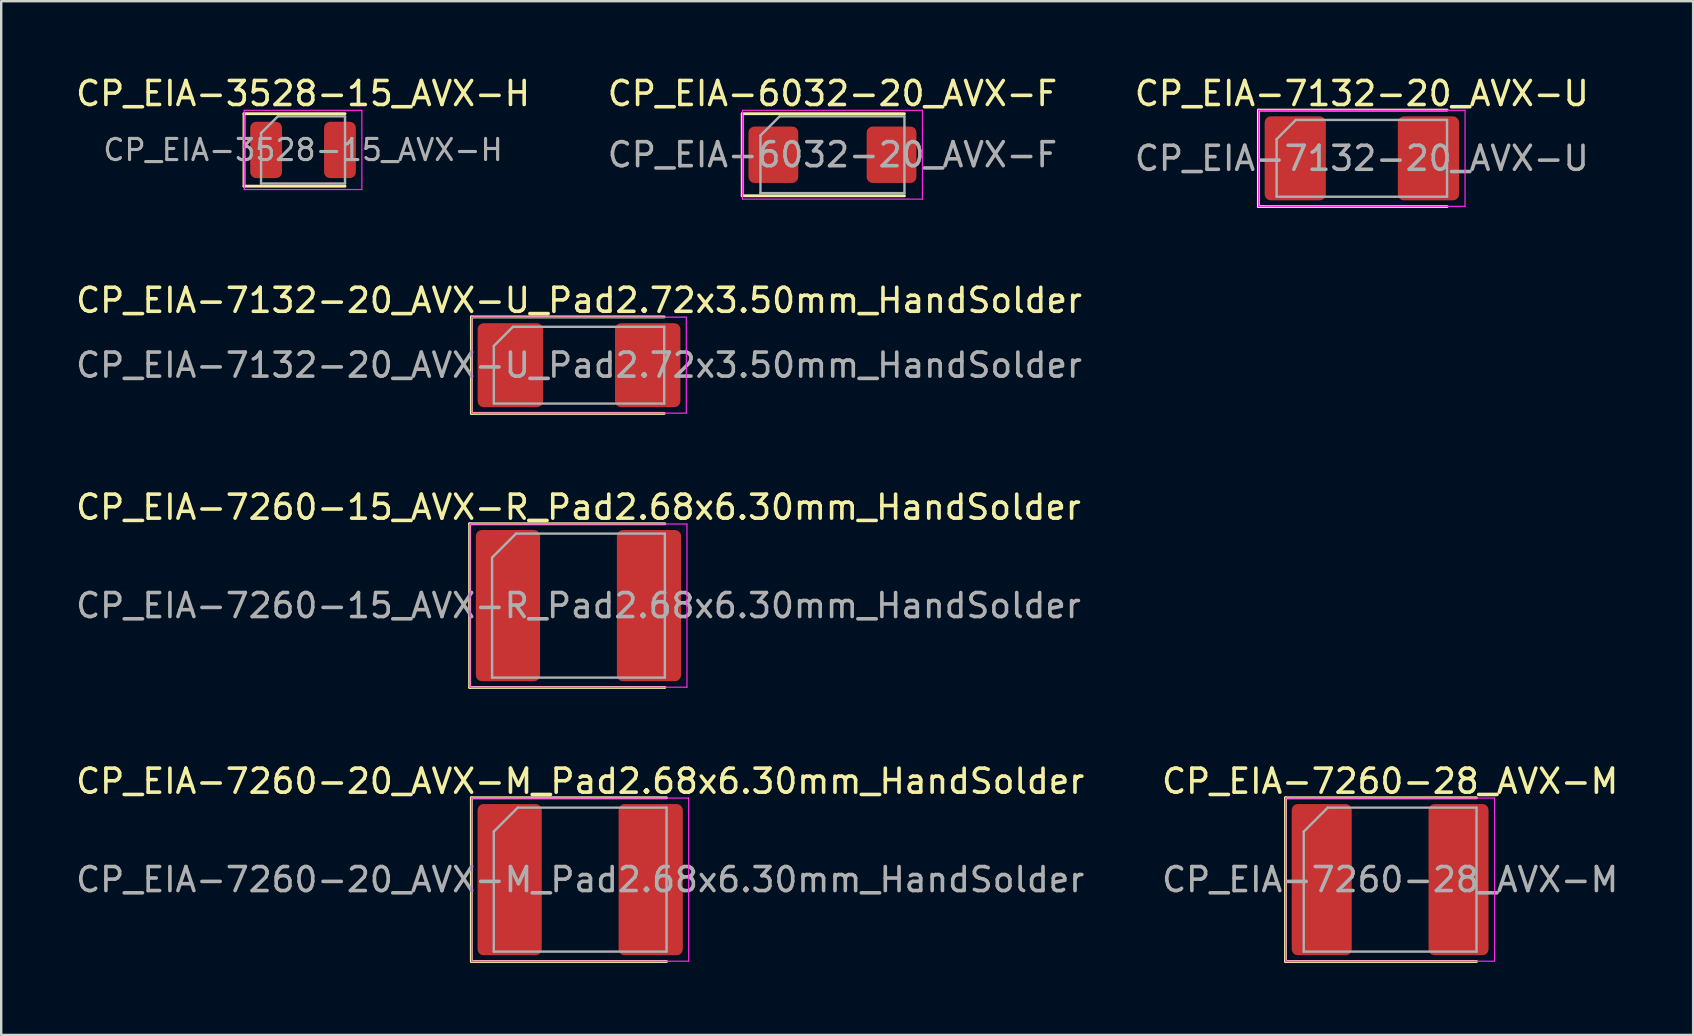
<source format=kicad_pcb>
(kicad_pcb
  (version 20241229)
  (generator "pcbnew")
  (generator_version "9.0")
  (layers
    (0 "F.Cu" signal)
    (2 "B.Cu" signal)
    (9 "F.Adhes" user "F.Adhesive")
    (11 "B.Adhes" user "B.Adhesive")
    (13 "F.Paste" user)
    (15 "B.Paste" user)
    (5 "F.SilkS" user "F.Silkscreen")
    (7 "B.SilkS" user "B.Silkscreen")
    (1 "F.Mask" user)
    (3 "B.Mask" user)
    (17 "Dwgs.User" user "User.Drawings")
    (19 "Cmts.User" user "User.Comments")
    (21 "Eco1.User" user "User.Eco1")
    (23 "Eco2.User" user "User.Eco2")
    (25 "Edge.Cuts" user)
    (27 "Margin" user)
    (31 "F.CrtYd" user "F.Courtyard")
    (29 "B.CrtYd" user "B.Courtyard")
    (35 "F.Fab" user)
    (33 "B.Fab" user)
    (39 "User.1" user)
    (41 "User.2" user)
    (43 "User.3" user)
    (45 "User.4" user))
  (footprint "CP_EIA-7132-20_AVX-U"
    (layer "F.Cu")
    (at 53.696 3.548)
    (property "Reference" "CP_EIA-7132-20_AVX-U" (at 0 -2.7 0) (layer "F.SilkS") (effects (font (size 1 1) (thickness 0.15))))
    (attr smd)
    (fp_line (start -4.31 -2.01) (end -4.31 2.01) (stroke (width 0.12) (type solid)) (layer "F.SilkS"))
    (fp_line (start -4.31 2.01) (end 3.55 2.01) (stroke (width 0.12) (type solid)) (layer "F.SilkS"))
    (fp_line (start 3.55 -2.01) (end -4.31 -2.01) (stroke (width 0.12) (type solid)) (layer "F.SilkS"))
    (fp_line (start -4.3 -2) (end 4.3 -2) (stroke (width 0.05) (type solid)) (layer "F.CrtYd"))
    (fp_line (start -4.3 2) (end -4.3 -2) (stroke (width 0.05) (type solid)) (layer "F.CrtYd"))
    (fp_line (start 4.3 -2) (end 4.3 2) (stroke (width 0.05) (type solid)) (layer "F.CrtYd"))
    (fp_line (start 4.3 2) (end -4.3 2) (stroke (width 0.05) (type solid)) (layer "F.CrtYd"))
    (fp_line (start -3.55 -0.8) (end -3.55 1.6) (stroke (width 0.1) (type solid)) (layer "F.Fab"))
    (fp_line (start -3.55 1.6) (end 3.55 1.6) (stroke (width 0.1) (type solid)) (layer "F.Fab"))
    (fp_line (start -2.75 -1.6) (end -3.55 -0.8) (stroke (width 0.1) (type solid)) (layer "F.Fab"))
    (fp_line (start 3.55 -1.6) (end -2.75 -1.6) (stroke (width 0.1) (type solid)) (layer "F.Fab"))
    (fp_line (start 3.55 1.6) (end 3.55 -1.6) (stroke (width 0.1) (type solid)) (layer "F.Fab"))
    (fp_text user "${REFERENCE}" (at 0 0 0) (layer "F.Fab") (effects (font (size 1 1) (thickness 0.15))))
    (pad "1" smd roundrect (at -2.775 0) (size 2.55 3.5) (layers "F.Cu" "F.Mask" "F.Paste") (roundrect_rratio 0.098))
    (pad "2" smd roundrect (at 2.775 0) (size 2.55 3.5) (layers "F.Cu" "F.Mask" "F.Paste") (roundrect_rratio 0.098)))
  (footprint "CP_EIA-7260-28_AVX-M"
    (layer "F.Cu")
    (at 54.875 33.603)
    (property "Reference" "CP_EIA-7260-28_AVX-M" (at 0 -4.1 0) (layer "F.SilkS") (effects (font (size 1 1) (thickness 0.15))))
    (attr smd)
    (fp_line (start -4.36 -3.41) (end -4.36 3.41) (stroke (width 0.12) (type solid)) (layer "F.SilkS"))
    (fp_line (start -4.36 3.41) (end 3.6 3.41) (stroke (width 0.12) (type solid)) (layer "F.SilkS"))
    (fp_line (start 3.6 -3.41) (end -4.36 -3.41) (stroke (width 0.12) (type solid)) (layer "F.SilkS"))
    (fp_line (start -4.35 -3.4) (end 4.35 -3.4) (stroke (width 0.05) (type solid)) (layer "F.CrtYd"))
    (fp_line (start -4.35 3.4) (end -4.35 -3.4) (stroke (width 0.05) (type solid)) (layer "F.CrtYd"))
    (fp_line (start 4.35 -3.4) (end 4.35 3.4) (stroke (width 0.05) (type solid)) (layer "F.CrtYd"))
    (fp_line (start 4.35 3.4) (end -4.35 3.4) (stroke (width 0.05) (type solid)) (layer "F.CrtYd"))
    (fp_line (start -3.6 -2) (end -3.6 3) (stroke (width 0.1) (type solid)) (layer "F.Fab"))
    (fp_line (start -3.6 3) (end 3.6 3) (stroke (width 0.1) (type solid)) (layer "F.Fab"))
    (fp_line (start -2.6 -3) (end -3.6 -2) (stroke (width 0.1) (type solid)) (layer "F.Fab"))
    (fp_line (start 3.6 -3) (end -2.6 -3) (stroke (width 0.1) (type solid)) (layer "F.Fab"))
    (fp_line (start 3.6 3) (end 3.6 -3) (stroke (width 0.1) (type solid)) (layer "F.Fab"))
    (fp_text user "${REFERENCE}" (at 0 0 0) (layer "F.Fab") (effects (font (size 1 1) (thickness 0.15))))
    (pad "1" smd roundrect (at -2.85 0) (size 2.5 6.3) (layers "F.Cu" "F.Mask" "F.Paste") (roundrect_rratio 0.1))
    (pad "2" smd roundrect (at 2.85 0) (size 2.5 6.3) (layers "F.Cu" "F.Mask" "F.Paste") (roundrect_rratio 0.1)))
  (footprint "CP_EIA-7260-15_AVX-R_Pad2.68x6.30mm_HandSolder"
    (layer "F.Cu")
    (at 21.054 22.185)
    (property "Reference" "CP_EIA-7260-15_AVX-R_Pad2.68x6.30mm_HandSolder" (at 0 -4.1 0) (layer "F.SilkS") (effects (font (size 1 1) (thickness 0.15))))
    (attr smd)
    (fp_line (start -4.535 -3.41) (end -4.535 3.41) (stroke (width 0.12) (type solid)) (layer "F.SilkS"))
    (fp_line (start -4.535 3.41) (end 3.6 3.41) (stroke (width 0.12) (type solid)) (layer "F.SilkS"))
    (fp_line (start 3.6 -3.41) (end -4.535 -3.41) (stroke (width 0.12) (type solid)) (layer "F.SilkS"))
    (fp_line (start -4.52 -3.4) (end 4.52 -3.4) (stroke (width 0.05) (type solid)) (layer "F.CrtYd"))
    (fp_line (start -4.52 3.4) (end -4.52 -3.4) (stroke (width 0.05) (type solid)) (layer "F.CrtYd"))
    (fp_line (start 4.52 -3.4) (end 4.52 3.4) (stroke (width 0.05) (type solid)) (layer "F.CrtYd"))
    (fp_line (start 4.52 3.4) (end -4.52 3.4) (stroke (width 0.05) (type solid)) (layer "F.CrtYd"))
    (fp_line (start -3.6 -2) (end -3.6 3) (stroke (width 0.1) (type solid)) (layer "F.Fab"))
    (fp_line (start -3.6 3) (end 3.6 3) (stroke (width 0.1) (type solid)) (layer "F.Fab"))
    (fp_line (start -2.6 -3) (end -3.6 -2) (stroke (width 0.1) (type solid)) (layer "F.Fab"))
    (fp_line (start 3.6 -3) (end -2.6 -3) (stroke (width 0.1) (type solid)) (layer "F.Fab"))
    (fp_line (start 3.6 3) (end 3.6 -3) (stroke (width 0.1) (type solid)) (layer "F.Fab"))
    (fp_text user "${REFERENCE}" (at 0 0 0) (layer "F.Fab") (effects (font (size 1 1) (thickness 0.15))))
    (pad "1" smd roundrect (at -2.938 0) (size 2.675 6.3) (layers "F.Cu" "F.Mask" "F.Paste") (roundrect_rratio 0.093))
    (pad "2" smd roundrect (at 2.938 0) (size 2.675 6.3) (layers "F.Cu" "F.Mask" "F.Paste") (roundrect_rratio 0.093)))
  (footprint "CP_EIA-7260-20_AVX-M_Pad2.68x6.30mm_HandSolder"
    (layer "F.Cu")
    (at 21.125 33.603)
    (property "Reference" "CP_EIA-7260-20_AVX-M_Pad2.68x6.30mm_HandSolder" (at 0 -4.1 0) (layer "F.SilkS") (effects (font (size 1 1) (thickness 0.15))))
    (attr smd)
    (fp_line (start -4.535 -3.41) (end -4.535 3.41) (stroke (width 0.12) (type solid)) (layer "F.SilkS"))
    (fp_line (start -4.535 3.41) (end 3.6 3.41) (stroke (width 0.12) (type solid)) (layer "F.SilkS"))
    (fp_line (start 3.6 -3.41) (end -4.535 -3.41) (stroke (width 0.12) (type solid)) (layer "F.SilkS"))
    (fp_line (start -4.52 -3.4) (end 4.52 -3.4) (stroke (width 0.05) (type solid)) (layer "F.CrtYd"))
    (fp_line (start -4.52 3.4) (end -4.52 -3.4) (stroke (width 0.05) (type solid)) (layer "F.CrtYd"))
    (fp_line (start 4.52 -3.4) (end 4.52 3.4) (stroke (width 0.05) (type solid)) (layer "F.CrtYd"))
    (fp_line (start 4.52 3.4) (end -4.52 3.4) (stroke (width 0.05) (type solid)) (layer "F.CrtYd"))
    (fp_line (start -3.6 -2) (end -3.6 3) (stroke (width 0.1) (type solid)) (layer "F.Fab"))
    (fp_line (start -3.6 3) (end 3.6 3) (stroke (width 0.1) (type solid)) (layer "F.Fab"))
    (fp_line (start -2.6 -3) (end -3.6 -2) (stroke (width 0.1) (type solid)) (layer "F.Fab"))
    (fp_line (start 3.6 -3) (end -2.6 -3) (stroke (width 0.1) (type solid)) (layer "F.Fab"))
    (fp_line (start 3.6 3) (end 3.6 -3) (stroke (width 0.1) (type solid)) (layer "F.Fab"))
    (fp_text user "${REFERENCE}" (at 0 0 0) (layer "F.Fab") (effects (font (size 1 1) (thickness 0.15))))
    (pad "1" smd roundrect (at -2.938 0) (size 2.675 6.3) (layers "F.Cu" "F.Mask" "F.Paste") (roundrect_rratio 0.093))
    (pad "2" smd roundrect (at 2.938 0) (size 2.675 6.3) (layers "F.Cu" "F.Mask" "F.Paste") (roundrect_rratio 0.093)))
  (footprint "CP_EIA-3528-15_AVX-H"
    (layer "F.Cu")
    (at 9.577 3.198)
    (property "Reference" "CP_EIA-3528-15_AVX-H" (at 0 -2.35 0) (layer "F.SilkS") (effects (font (size 1 1) (thickness 0.15))))
    (attr smd)
    (fp_line (start -2.46 -1.51) (end -2.46 1.51) (stroke (width 0.12) (type solid)) (layer "F.SilkS"))
    (fp_line (start -2.46 1.51) (end 1.75 1.51) (stroke (width 0.12) (type solid)) (layer "F.SilkS"))
    (fp_line (start 1.75 -1.51) (end -2.46 -1.51) (stroke (width 0.12) (type solid)) (layer "F.SilkS"))
    (fp_line (start -2.45 -1.65) (end 2.45 -1.65) (stroke (width 0.05) (type solid)) (layer "F.CrtYd"))
    (fp_line (start -2.45 1.65) (end -2.45 -1.65) (stroke (width 0.05) (type solid)) (layer "F.CrtYd"))
    (fp_line (start 2.45 -1.65) (end 2.45 1.65) (stroke (width 0.05) (type solid)) (layer "F.CrtYd"))
    (fp_line (start 2.45 1.65) (end -2.45 1.65) (stroke (width 0.05) (type solid)) (layer "F.CrtYd"))
    (fp_line (start -1.75 -0.7) (end -1.75 1.4) (stroke (width 0.1) (type solid)) (layer "F.Fab"))
    (fp_line (start -1.75 1.4) (end 1.75 1.4) (stroke (width 0.1) (type solid)) (layer "F.Fab"))
    (fp_line (start -1.05 -1.4) (end -1.75 -0.7) (stroke (width 0.1) (type solid)) (layer "F.Fab"))
    (fp_line (start 1.75 -1.4) (end -1.05 -1.4) (stroke (width 0.1) (type solid)) (layer "F.Fab"))
    (fp_line (start 1.75 1.4) (end 1.75 -1.4) (stroke (width 0.1) (type solid)) (layer "F.Fab"))
    (fp_text user "${REFERENCE}" (at 0 0 0) (layer "F.Fab") (effects (font (size 0.88 0.88) (thickness 0.13))))
    (pad "1" smd roundrect (at -1.538 0) (size 1.325 2.35) (layers "F.Cu" "F.Mask" "F.Paste") (roundrect_rratio 0.189))
    (pad "2" smd roundrect (at 1.538 0) (size 1.325 2.35) (layers "F.Cu" "F.Mask" "F.Paste") (roundrect_rratio 0.189)))
  (footprint "CP_EIA-7132-20_AVX-U_Pad2.72x3.50mm_HandSolder"
    (layer "F.Cu")
    (at 21.077 12.166)
    (property "Reference" "CP_EIA-7132-20_AVX-U_Pad2.72x3.50mm_HandSolder" (at 0 -2.7 0) (layer "F.SilkS") (effects (font (size 1 1) (thickness 0.15))))
    (attr smd)
    (fp_line (start -4.485 -2.01) (end -4.485 2.01) (stroke (width 0.12) (type solid)) (layer "F.SilkS"))
    (fp_line (start -4.485 2.01) (end 3.55 2.01) (stroke (width 0.12) (type solid)) (layer "F.SilkS"))
    (fp_line (start 3.55 -2.01) (end -4.485 -2.01) (stroke (width 0.12) (type solid)) (layer "F.SilkS"))
    (fp_line (start -4.47 -2) (end 4.47 -2) (stroke (width 0.05) (type solid)) (layer "F.CrtYd"))
    (fp_line (start -4.47 2) (end -4.47 -2) (stroke (width 0.05) (type solid)) (layer "F.CrtYd"))
    (fp_line (start 4.47 -2) (end 4.47 2) (stroke (width 0.05) (type solid)) (layer "F.CrtYd"))
    (fp_line (start 4.47 2) (end -4.47 2) (stroke (width 0.05) (type solid)) (layer "F.CrtYd"))
    (fp_line (start -3.55 -0.8) (end -3.55 1.6) (stroke (width 0.1) (type solid)) (layer "F.Fab"))
    (fp_line (start -3.55 1.6) (end 3.55 1.6) (stroke (width 0.1) (type solid)) (layer "F.Fab"))
    (fp_line (start -2.75 -1.6) (end -3.55 -0.8) (stroke (width 0.1) (type solid)) (layer "F.Fab"))
    (fp_line (start 3.55 -1.6) (end -2.75 -1.6) (stroke (width 0.1) (type solid)) (layer "F.Fab"))
    (fp_line (start 3.55 1.6) (end 3.55 -1.6) (stroke (width 0.1) (type solid)) (layer "F.Fab"))
    (fp_text user "${REFERENCE}" (at 0 0 0) (layer "F.Fab") (effects (font (size 1 1) (thickness 0.15))))
    (pad "1" smd roundrect (at -2.862 0) (size 2.725 3.5) (layers "F.Cu" "F.Mask" "F.Paste") (roundrect_rratio 0.092))
    (pad "2" smd roundrect (at 2.862 0) (size 2.725 3.5) (layers "F.Cu" "F.Mask" "F.Paste") (roundrect_rratio 0.092)))
  (footprint "CP_EIA-6032-20_AVX-F"
    (layer "F.Cu")
    (at 31.637 3.398)
    (property "Reference" "CP_EIA-6032-20_AVX-F" (at 0 -2.55 0) (layer "F.SilkS") (effects (font (size 1 1) (thickness 0.15))))
    (attr smd)
    (fp_line (start -3.76 -1.71) (end -3.76 1.71) (stroke (width 0.12) (type solid)) (layer "F.SilkS"))
    (fp_line (start -3.76 1.71) (end 3 1.71) (stroke (width 0.12) (type solid)) (layer "F.SilkS"))
    (fp_line (start 3 -1.71) (end -3.76 -1.71) (stroke (width 0.12) (type solid)) (layer "F.SilkS"))
    (fp_line (start -3.75 -1.85) (end 3.75 -1.85) (stroke (width 0.05) (type solid)) (layer "F.CrtYd"))
    (fp_line (start -3.75 1.85) (end -3.75 -1.85) (stroke (width 0.05) (type solid)) (layer "F.CrtYd"))
    (fp_line (start 3.75 -1.85) (end 3.75 1.85) (stroke (width 0.05) (type solid)) (layer "F.CrtYd"))
    (fp_line (start 3.75 1.85) (end -3.75 1.85) (stroke (width 0.05) (type solid)) (layer "F.CrtYd"))
    (fp_line (start -3 -0.8) (end -3 1.6) (stroke (width 0.1) (type solid)) (layer "F.Fab"))
    (fp_line (start -3 1.6) (end 3 1.6) (stroke (width 0.1) (type solid)) (layer "F.Fab"))
    (fp_line (start -2.2 -1.6) (end -3 -0.8) (stroke (width 0.1) (type solid)) (layer "F.Fab"))
    (fp_line (start 3 -1.6) (end -2.2 -1.6) (stroke (width 0.1) (type solid)) (layer "F.Fab"))
    (fp_line (start 3 1.6) (end 3 -1.6) (stroke (width 0.1) (type solid)) (layer "F.Fab"))
    (fp_text user "${REFERENCE}" (at 0 0 0) (layer "F.Fab") (effects (font (size 1 1) (thickness 0.15))))
    (pad "1" smd roundrect (at -2.462 0) (size 2.075 2.35) (layers "F.Cu" "F.Mask" "F.Paste") (roundrect_rratio 0.12))
    (pad "2" smd roundrect (at 2.462 0) (size 2.075 2.35) (layers "F.Cu" "F.Mask" "F.Paste") (roundrect_rratio 0.12)))
  (gr_rect
    (start -3 -3)
    (end 67.5 40.073)
    (stroke (width 0.1) (type default))
    (fill no)
    (layer "Edge.Cuts")))
</source>
